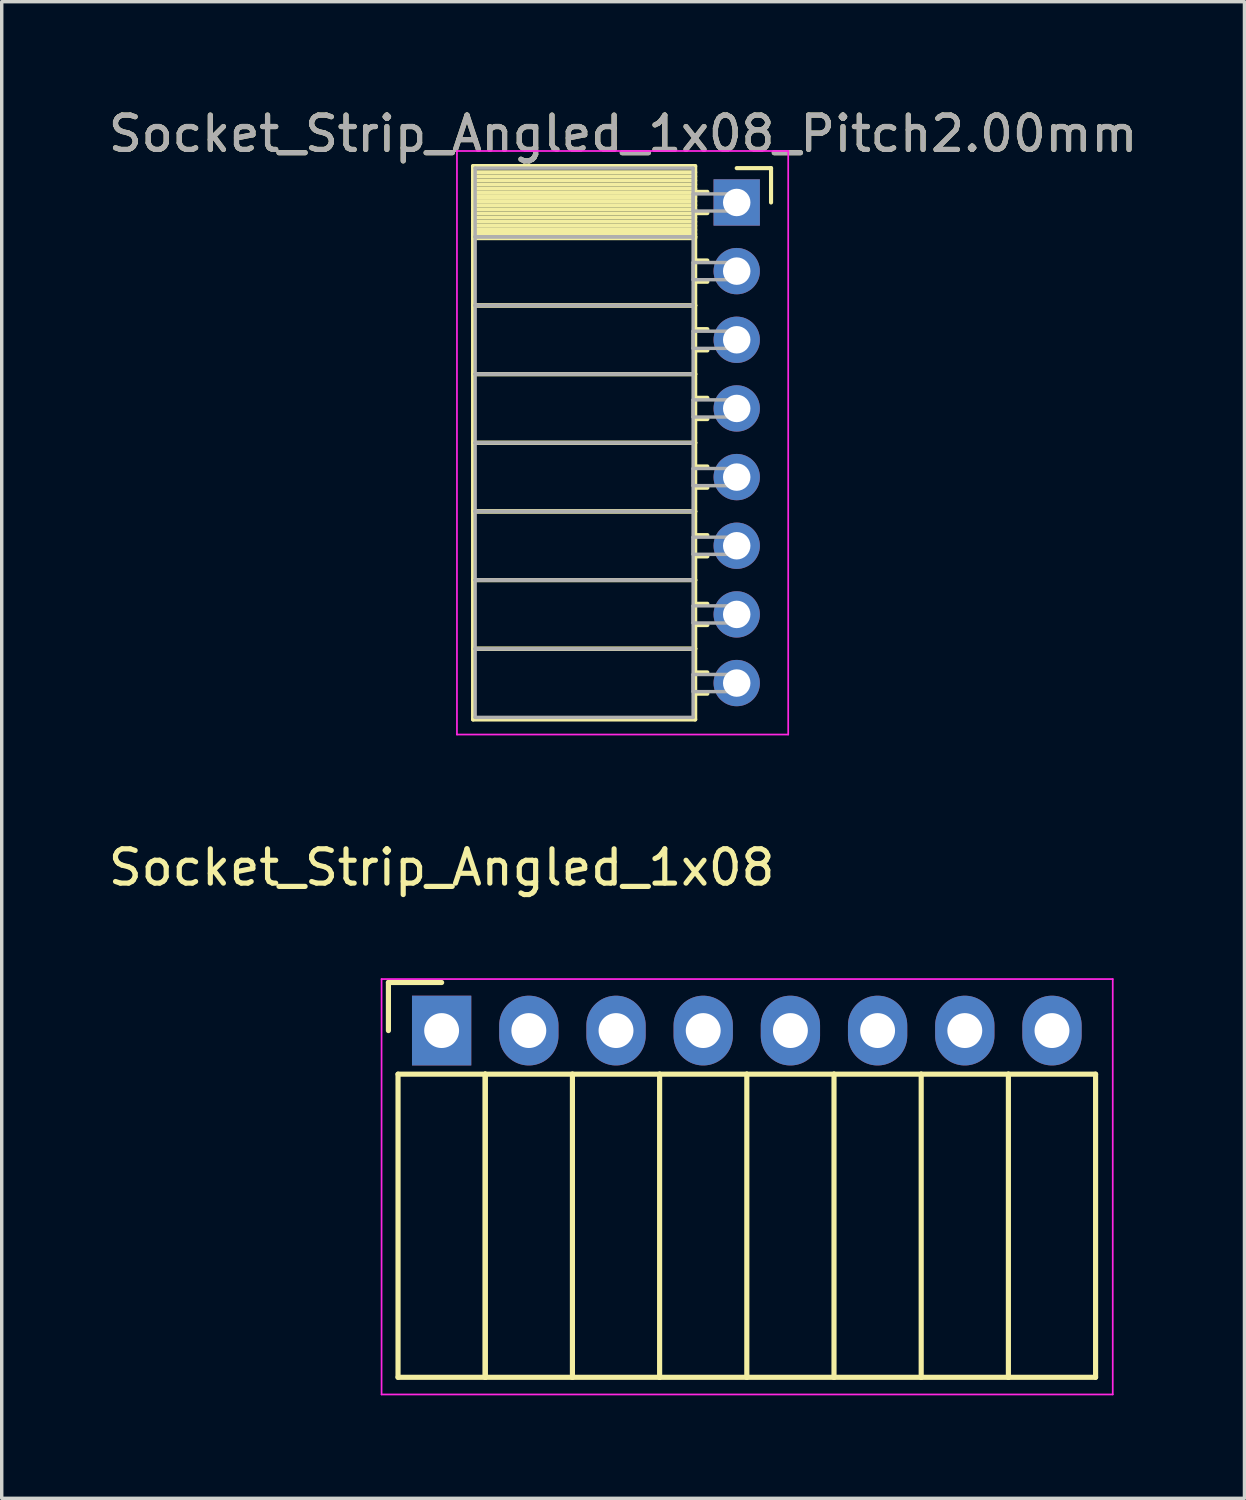
<source format=kicad_pcb>
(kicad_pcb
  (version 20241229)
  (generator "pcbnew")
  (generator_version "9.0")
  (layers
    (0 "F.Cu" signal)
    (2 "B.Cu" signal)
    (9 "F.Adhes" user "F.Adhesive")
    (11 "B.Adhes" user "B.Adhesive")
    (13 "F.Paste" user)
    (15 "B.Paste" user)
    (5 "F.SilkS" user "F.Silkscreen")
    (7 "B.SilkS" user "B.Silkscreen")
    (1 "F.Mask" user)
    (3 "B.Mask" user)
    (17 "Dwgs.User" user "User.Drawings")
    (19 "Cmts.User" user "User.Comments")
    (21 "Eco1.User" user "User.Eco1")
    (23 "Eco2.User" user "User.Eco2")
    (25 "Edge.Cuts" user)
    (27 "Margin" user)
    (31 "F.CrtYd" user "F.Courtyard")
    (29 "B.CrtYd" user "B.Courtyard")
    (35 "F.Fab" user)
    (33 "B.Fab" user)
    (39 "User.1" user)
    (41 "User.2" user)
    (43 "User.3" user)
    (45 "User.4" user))
  (footprint "Socket_Strip_Angled_1x08"
    (layer "F.Cu")
    (at 9.815 26.971)
    (property "Reference" "Socket_Strip_Angled_1x08" (at 0 -4.75 0) (layer "F.SilkS") (effects (font (size 1 1) (thickness 0.15))))
    (attr through_hole)
    (fp_line (start -1.55 -1.4) (end -1.55 0) (stroke (width 0.15) (type solid)) (layer "F.SilkS"))
    (fp_line (start -1.27 1.27) (end -1.27 10.1) (stroke (width 0.15) (type solid)) (layer "F.SilkS"))
    (fp_line (start -1.27 1.27) (end 1.27 1.27) (stroke (width 0.15) (type solid)) (layer "F.SilkS"))
    (fp_line (start -1.27 10.1) (end 1.27 10.1) (stroke (width 0.15) (type solid)) (layer "F.SilkS"))
    (fp_line (start 0 -1.4) (end -1.55 -1.4) (stroke (width 0.15) (type solid)) (layer "F.SilkS"))
    (fp_line (start 1.27 1.27) (end 1.27 10.1) (stroke (width 0.15) (type solid)) (layer "F.SilkS"))
    (fp_line (start 1.27 1.27) (end 3.81 1.27) (stroke (width 0.15) (type solid)) (layer "F.SilkS"))
    (fp_line (start 1.27 10.1) (end 1.27 1.27) (stroke (width 0.15) (type solid)) (layer "F.SilkS"))
    (fp_line (start 1.27 10.1) (end 3.81 10.1) (stroke (width 0.15) (type solid)) (layer "F.SilkS"))
    (fp_line (start 3.81 1.27) (end 6.35 1.27) (stroke (width 0.15) (type solid)) (layer "F.SilkS"))
    (fp_line (start 3.81 10.1) (end 3.81 1.27) (stroke (width 0.15) (type solid)) (layer "F.SilkS"))
    (fp_line (start 3.81 10.1) (end 6.35 10.1) (stroke (width 0.15) (type solid)) (layer "F.SilkS"))
    (fp_line (start 6.35 1.27) (end 8.89 1.27) (stroke (width 0.15) (type solid)) (layer "F.SilkS"))
    (fp_line (start 6.35 10.1) (end 6.35 1.27) (stroke (width 0.15) (type solid)) (layer "F.SilkS"))
    (fp_line (start 6.35 10.1) (end 8.89 10.1) (stroke (width 0.15) (type solid)) (layer "F.SilkS"))
    (fp_line (start 8.89 1.27) (end 11.43 1.27) (stroke (width 0.15) (type solid)) (layer "F.SilkS"))
    (fp_line (start 8.89 10.1) (end 8.89 1.27) (stroke (width 0.15) (type solid)) (layer "F.SilkS"))
    (fp_line (start 8.89 10.1) (end 11.43 10.1) (stroke (width 0.15) (type solid)) (layer "F.SilkS"))
    (fp_line (start 11.43 1.27) (end 13.97 1.27) (stroke (width 0.15) (type solid)) (layer "F.SilkS"))
    (fp_line (start 11.43 10.1) (end 11.43 1.27) (stroke (width 0.15) (type solid)) (layer "F.SilkS"))
    (fp_line (start 11.43 10.1) (end 13.97 10.1) (stroke (width 0.15) (type solid)) (layer "F.SilkS"))
    (fp_line (start 13.97 1.27) (end 16.51 1.27) (stroke (width 0.15) (type solid)) (layer "F.SilkS"))
    (fp_line (start 13.97 10.1) (end 13.97 1.27) (stroke (width 0.15) (type solid)) (layer "F.SilkS"))
    (fp_line (start 13.97 10.1) (end 16.51 10.1) (stroke (width 0.15) (type solid)) (layer "F.SilkS"))
    (fp_line (start 16.51 1.27) (end 19.05 1.27) (stroke (width 0.15) (type solid)) (layer "F.SilkS"))
    (fp_line (start 16.51 10.1) (end 16.51 1.27) (stroke (width 0.15) (type solid)) (layer "F.SilkS"))
    (fp_line (start 16.51 10.1) (end 19.05 10.1) (stroke (width 0.15) (type solid)) (layer "F.SilkS"))
    (fp_line (start 19.05 10.1) (end 19.05 1.27) (stroke (width 0.15) (type solid)) (layer "F.SilkS"))
    (fp_line (start -1.75 -1.5) (end -1.75 10.6) (stroke (width 0.05) (type solid)) (layer "F.CrtYd"))
    (fp_line (start -1.75 -1.5) (end 19.55 -1.5) (stroke (width 0.05) (type solid)) (layer "F.CrtYd"))
    (fp_line (start -1.75 10.6) (end 19.55 10.6) (stroke (width 0.05) (type solid)) (layer "F.CrtYd"))
    (fp_line (start 19.55 -1.5) (end 19.55 10.6) (stroke (width 0.05) (type solid)) (layer "F.CrtYd"))
    (pad "1" thru_hole rect (at 0 0) (size 1.727 2.032) (drill 1.016) (layers "*.Cu" "*.Mask"))
    (pad "2" thru_hole oval (at 2.54 0) (size 1.727 2.032) (drill 1.016) (layers "*.Cu" "*.Mask"))
    (pad "3" thru_hole oval (at 5.08 0) (size 1.727 2.032) (drill 1.016) (layers "*.Cu" "*.Mask"))
    (pad "4" thru_hole oval (at 7.62 0) (size 1.727 2.032) (drill 1.016) (layers "*.Cu" "*.Mask"))
    (pad "5" thru_hole oval (at 10.16 0) (size 1.727 2.032) (drill 1.016) (layers "*.Cu" "*.Mask"))
    (pad "6" thru_hole oval (at 12.7 0) (size 1.727 2.032) (drill 1.016) (layers "*.Cu" "*.Mask"))
    (pad "7" thru_hole oval (at 15.24 0) (size 1.727 2.032) (drill 1.016) (layers "*.Cu" "*.Mask"))
    (pad "8" thru_hole oval (at 17.78 0) (size 1.727 2.032) (drill 1.016) (layers "*.Cu" "*.Mask")))
  (footprint "Socket_Strip_Angled_1x08_Pitch2.00mm"
    (layer "F.Cu")
    (at 18.411 2.848)
    (property "Reference" "Socket_Strip_Angled_1x08_Pitch2.00mm" (at -3.31 -2 0) (layer "F.SilkS") (effects (font (size 1 1) (thickness 0.15))))
    (attr through_hole)
    (fp_line (start -7.68 -1.06) (end -1.21 -1.06) (stroke (width 0.12) (type solid)) (layer "F.SilkS"))
    (fp_line (start -7.68 1) (end -7.68 -1.06) (stroke (width 0.12) (type solid)) (layer "F.SilkS"))
    (fp_line (start -7.68 1) (end -1.21 1) (stroke (width 0.12) (type solid)) (layer "F.SilkS"))
    (fp_line (start -7.68 3) (end -7.68 1) (stroke (width 0.12) (type solid)) (layer "F.SilkS"))
    (fp_line (start -7.68 3) (end -1.21 3) (stroke (width 0.12) (type solid)) (layer "F.SilkS"))
    (fp_line (start -7.68 5) (end -7.68 3) (stroke (width 0.12) (type solid)) (layer "F.SilkS"))
    (fp_line (start -7.68 5) (end -1.21 5) (stroke (width 0.12) (type solid)) (layer "F.SilkS"))
    (fp_line (start -7.68 7) (end -7.68 5) (stroke (width 0.12) (type solid)) (layer "F.SilkS"))
    (fp_line (start -7.68 7) (end -1.21 7) (stroke (width 0.12) (type solid)) (layer "F.SilkS"))
    (fp_line (start -7.68 9) (end -7.68 7) (stroke (width 0.12) (type solid)) (layer "F.SilkS"))
    (fp_line (start -7.68 9) (end -1.21 9) (stroke (width 0.12) (type solid)) (layer "F.SilkS"))
    (fp_line (start -7.68 11) (end -7.68 9) (stroke (width 0.12) (type solid)) (layer "F.SilkS"))
    (fp_line (start -7.68 11) (end -1.21 11) (stroke (width 0.12) (type solid)) (layer "F.SilkS"))
    (fp_line (start -7.68 13) (end -7.68 11) (stroke (width 0.12) (type solid)) (layer "F.SilkS"))
    (fp_line (start -7.68 13) (end -1.21 13) (stroke (width 0.12) (type solid)) (layer "F.SilkS"))
    (fp_line (start -7.68 15.06) (end -7.68 13) (stroke (width 0.12) (type solid)) (layer "F.SilkS"))
    (fp_line (start -1.21 -1.06) (end -1.21 1) (stroke (width 0.12) (type solid)) (layer "F.SilkS"))
    (fp_line (start -1.21 -0.88) (end -7.68 -0.88) (stroke (width 0.12) (type solid)) (layer "F.SilkS"))
    (fp_line (start -1.21 -0.76) (end -7.68 -0.76) (stroke (width 0.12) (type solid)) (layer "F.SilkS"))
    (fp_line (start -1.21 -0.64) (end -7.68 -0.64) (stroke (width 0.12) (type solid)) (layer "F.SilkS"))
    (fp_line (start -1.21 -0.52) (end -7.68 -0.52) (stroke (width 0.12) (type solid)) (layer "F.SilkS"))
    (fp_line (start -1.21 -0.4) (end -7.68 -0.4) (stroke (width 0.12) (type solid)) (layer "F.SilkS"))
    (fp_line (start -1.21 -0.28) (end -7.68 -0.28) (stroke (width 0.12) (type solid)) (layer "F.SilkS"))
    (fp_line (start -1.21 -0.16) (end -7.68 -0.16) (stroke (width 0.12) (type solid)) (layer "F.SilkS"))
    (fp_line (start -1.21 -0.04) (end -7.68 -0.04) (stroke (width 0.12) (type solid)) (layer "F.SilkS"))
    (fp_line (start -1.21 0.08) (end -7.68 0.08) (stroke (width 0.12) (type solid)) (layer "F.SilkS"))
    (fp_line (start -1.21 0.2) (end -7.68 0.2) (stroke (width 0.12) (type solid)) (layer "F.SilkS"))
    (fp_line (start -1.21 0.32) (end -7.68 0.32) (stroke (width 0.12) (type solid)) (layer "F.SilkS"))
    (fp_line (start -1.21 0.44) (end -7.68 0.44) (stroke (width 0.12) (type solid)) (layer "F.SilkS"))
    (fp_line (start -1.21 0.56) (end -7.68 0.56) (stroke (width 0.12) (type solid)) (layer "F.SilkS"))
    (fp_line (start -1.21 0.68) (end -7.68 0.68) (stroke (width 0.12) (type solid)) (layer "F.SilkS"))
    (fp_line (start -1.21 0.8) (end -7.68 0.8) (stroke (width 0.12) (type solid)) (layer "F.SilkS"))
    (fp_line (start -1.21 0.92) (end -7.68 0.92) (stroke (width 0.12) (type solid)) (layer "F.SilkS"))
    (fp_line (start -1.21 1) (end -7.68 1) (stroke (width 0.12) (type solid)) (layer "F.SilkS"))
    (fp_line (start -1.21 1) (end -1.21 3) (stroke (width 0.12) (type solid)) (layer "F.SilkS"))
    (fp_line (start -1.21 1.04) (end -7.68 1.04) (stroke (width 0.12) (type solid)) (layer "F.SilkS"))
    (fp_line (start -1.21 3) (end -7.68 3) (stroke (width 0.12) (type solid)) (layer "F.SilkS"))
    (fp_line (start -1.21 3) (end -1.21 5) (stroke (width 0.12) (type solid)) (layer "F.SilkS"))
    (fp_line (start -1.21 5) (end -7.68 5) (stroke (width 0.12) (type solid)) (layer "F.SilkS"))
    (fp_line (start -1.21 5) (end -1.21 7) (stroke (width 0.12) (type solid)) (layer "F.SilkS"))
    (fp_line (start -1.21 7) (end -7.68 7) (stroke (width 0.12) (type solid)) (layer "F.SilkS"))
    (fp_line (start -1.21 7) (end -1.21 9) (stroke (width 0.12) (type solid)) (layer "F.SilkS"))
    (fp_line (start -1.21 9) (end -7.68 9) (stroke (width 0.12) (type solid)) (layer "F.SilkS"))
    (fp_line (start -1.21 9) (end -1.21 11) (stroke (width 0.12) (type solid)) (layer "F.SilkS"))
    (fp_line (start -1.21 11) (end -7.68 11) (stroke (width 0.12) (type solid)) (layer "F.SilkS"))
    (fp_line (start -1.21 11) (end -1.21 13) (stroke (width 0.12) (type solid)) (layer "F.SilkS"))
    (fp_line (start -1.21 13) (end -7.68 13) (stroke (width 0.12) (type solid)) (layer "F.SilkS"))
    (fp_line (start -1.21 13) (end -1.21 15.06) (stroke (width 0.12) (type solid)) (layer "F.SilkS"))
    (fp_line (start -1.21 15.06) (end -7.68 15.06) (stroke (width 0.12) (type solid)) (layer "F.SilkS"))
    (fp_line (start -0.855 -0.31) (end -1.21 -0.31) (stroke (width 0.12) (type solid)) (layer "F.SilkS"))
    (fp_line (start -0.855 0.31) (end -1.21 0.31) (stroke (width 0.12) (type solid)) (layer "F.SilkS"))
    (fp_line (start -0.855 1.69) (end -1.21 1.69) (stroke (width 0.12) (type solid)) (layer "F.SilkS"))
    (fp_line (start -0.855 2.31) (end -1.21 2.31) (stroke (width 0.12) (type solid)) (layer "F.SilkS"))
    (fp_line (start -0.855 3.69) (end -1.21 3.69) (stroke (width 0.12) (type solid)) (layer "F.SilkS"))
    (fp_line (start -0.855 4.31) (end -1.21 4.31) (stroke (width 0.12) (type solid)) (layer "F.SilkS"))
    (fp_line (start -0.855 5.69) (end -1.21 5.69) (stroke (width 0.12) (type solid)) (layer "F.SilkS"))
    (fp_line (start -0.855 6.31) (end -1.21 6.31) (stroke (width 0.12) (type solid)) (layer "F.SilkS"))
    (fp_line (start -0.855 7.69) (end -1.21 7.69) (stroke (width 0.12) (type solid)) (layer "F.SilkS"))
    (fp_line (start -0.855 8.31) (end -1.21 8.31) (stroke (width 0.12) (type solid)) (layer "F.SilkS"))
    (fp_line (start -0.855 9.69) (end -1.21 9.69) (stroke (width 0.12) (type solid)) (layer "F.SilkS"))
    (fp_line (start -0.855 10.31) (end -1.21 10.31) (stroke (width 0.12) (type solid)) (layer "F.SilkS"))
    (fp_line (start -0.855 11.69) (end -1.21 11.69) (stroke (width 0.12) (type solid)) (layer "F.SilkS"))
    (fp_line (start -0.855 12.31) (end -1.21 12.31) (stroke (width 0.12) (type solid)) (layer "F.SilkS"))
    (fp_line (start -0.855 13.69) (end -1.21 13.69) (stroke (width 0.12) (type solid)) (layer "F.SilkS"))
    (fp_line (start -0.855 14.31) (end -1.21 14.31) (stroke (width 0.12) (type solid)) (layer "F.SilkS"))
    (fp_line (start 0 -1) (end 1 -1) (stroke (width 0.12) (type solid)) (layer "F.SilkS"))
    (fp_line (start 1 -1) (end 1 0) (stroke (width 0.12) (type solid)) (layer "F.SilkS"))
    (fp_line (start -8.15 -1.5) (end 1.5 -1.5) (stroke (width 0.05) (type solid)) (layer "F.CrtYd"))
    (fp_line (start -8.15 15.5) (end -8.15 -1.5) (stroke (width 0.05) (type solid)) (layer "F.CrtYd"))
    (fp_line (start 1.5 -1.5) (end 1.5 15.5) (stroke (width 0.05) (type solid)) (layer "F.CrtYd"))
    (fp_line (start 1.5 15.5) (end -8.15 15.5) (stroke (width 0.05) (type solid)) (layer "F.CrtYd"))
    (fp_line (start -7.62 -1) (end -1.27 -1) (stroke (width 0.1) (type solid)) (layer "F.Fab"))
    (fp_line (start -7.62 1) (end -7.62 -1) (stroke (width 0.1) (type solid)) (layer "F.Fab"))
    (fp_line (start -7.62 1) (end -1.27 1) (stroke (width 0.1) (type solid)) (layer "F.Fab"))
    (fp_line (start -7.62 3) (end -7.62 1) (stroke (width 0.1) (type solid)) (layer "F.Fab"))
    (fp_line (start -7.62 3) (end -1.27 3) (stroke (width 0.1) (type solid)) (layer "F.Fab"))
    (fp_line (start -7.62 5) (end -7.62 3) (stroke (width 0.1) (type solid)) (layer "F.Fab"))
    (fp_line (start -7.62 5) (end -1.27 5) (stroke (width 0.1) (type solid)) (layer "F.Fab"))
    (fp_line (start -7.62 7) (end -7.62 5) (stroke (width 0.1) (type solid)) (layer "F.Fab"))
    (fp_line (start -7.62 7) (end -1.27 7) (stroke (width 0.1) (type solid)) (layer "F.Fab"))
    (fp_line (start -7.62 9) (end -7.62 7) (stroke (width 0.1) (type solid)) (layer "F.Fab"))
    (fp_line (start -7.62 9) (end -1.27 9) (stroke (width 0.1) (type solid)) (layer "F.Fab"))
    (fp_line (start -7.62 11) (end -7.62 9) (stroke (width 0.1) (type solid)) (layer "F.Fab"))
    (fp_line (start -7.62 11) (end -1.27 11) (stroke (width 0.1) (type solid)) (layer "F.Fab"))
    (fp_line (start -7.62 13) (end -7.62 11) (stroke (width 0.1) (type solid)) (layer "F.Fab"))
    (fp_line (start -7.62 13) (end -1.27 13) (stroke (width 0.1) (type solid)) (layer "F.Fab"))
    (fp_line (start -7.62 15) (end -7.62 13) (stroke (width 0.1) (type solid)) (layer "F.Fab"))
    (fp_line (start -1.27 -1) (end -1.27 1) (stroke (width 0.1) (type solid)) (layer "F.Fab"))
    (fp_line (start -1.27 -0.25) (end 0 -0.25) (stroke (width 0.1) (type solid)) (layer "F.Fab"))
    (fp_line (start -1.27 0.25) (end -1.27 -0.25) (stroke (width 0.1) (type solid)) (layer "F.Fab"))
    (fp_line (start -1.27 1) (end -7.62 1) (stroke (width 0.1) (type solid)) (layer "F.Fab"))
    (fp_line (start -1.27 1) (end -1.27 3) (stroke (width 0.1) (type solid)) (layer "F.Fab"))
    (fp_line (start -1.27 1.75) (end 0 1.75) (stroke (width 0.1) (type solid)) (layer "F.Fab"))
    (fp_line (start -1.27 2.25) (end -1.27 1.75) (stroke (width 0.1) (type solid)) (layer "F.Fab"))
    (fp_line (start -1.27 3) (end -7.62 3) (stroke (width 0.1) (type solid)) (layer "F.Fab"))
    (fp_line (start -1.27 3) (end -1.27 5) (stroke (width 0.1) (type solid)) (layer "F.Fab"))
    (fp_line (start -1.27 3.75) (end 0 3.75) (stroke (width 0.1) (type solid)) (layer "F.Fab"))
    (fp_line (start -1.27 4.25) (end -1.27 3.75) (stroke (width 0.1) (type solid)) (layer "F.Fab"))
    (fp_line (start -1.27 5) (end -7.62 5) (stroke (width 0.1) (type solid)) (layer "F.Fab"))
    (fp_line (start -1.27 5) (end -1.27 7) (stroke (width 0.1) (type solid)) (layer "F.Fab"))
    (fp_line (start -1.27 5.75) (end 0 5.75) (stroke (width 0.1) (type solid)) (layer "F.Fab"))
    (fp_line (start -1.27 6.25) (end -1.27 5.75) (stroke (width 0.1) (type solid)) (layer "F.Fab"))
    (fp_line (start -1.27 7) (end -7.62 7) (stroke (width 0.1) (type solid)) (layer "F.Fab"))
    (fp_line (start -1.27 7) (end -1.27 9) (stroke (width 0.1) (type solid)) (layer "F.Fab"))
    (fp_line (start -1.27 7.75) (end 0 7.75) (stroke (width 0.1) (type solid)) (layer "F.Fab"))
    (fp_line (start -1.27 8.25) (end -1.27 7.75) (stroke (width 0.1) (type solid)) (layer "F.Fab"))
    (fp_line (start -1.27 9) (end -7.62 9) (stroke (width 0.1) (type solid)) (layer "F.Fab"))
    (fp_line (start -1.27 9) (end -1.27 11) (stroke (width 0.1) (type solid)) (layer "F.Fab"))
    (fp_line (start -1.27 9.75) (end 0 9.75) (stroke (width 0.1) (type solid)) (layer "F.Fab"))
    (fp_line (start -1.27 10.25) (end -1.27 9.75) (stroke (width 0.1) (type solid)) (layer "F.Fab"))
    (fp_line (start -1.27 11) (end -7.62 11) (stroke (width 0.1) (type solid)) (layer "F.Fab"))
    (fp_line (start -1.27 11) (end -1.27 13) (stroke (width 0.1) (type solid)) (layer "F.Fab"))
    (fp_line (start -1.27 11.75) (end 0 11.75) (stroke (width 0.1) (type solid)) (layer "F.Fab"))
    (fp_line (start -1.27 12.25) (end -1.27 11.75) (stroke (width 0.1) (type solid)) (layer "F.Fab"))
    (fp_line (start -1.27 13) (end -7.62 13) (stroke (width 0.1) (type solid)) (layer "F.Fab"))
    (fp_line (start -1.27 13) (end -1.27 15) (stroke (width 0.1) (type solid)) (layer "F.Fab"))
    (fp_line (start -1.27 13.75) (end 0 13.75) (stroke (width 0.1) (type solid)) (layer "F.Fab"))
    (fp_line (start -1.27 14.25) (end -1.27 13.75) (stroke (width 0.1) (type solid)) (layer "F.Fab"))
    (fp_line (start -1.27 15) (end -7.62 15) (stroke (width 0.1) (type solid)) (layer "F.Fab"))
    (fp_line (start 0 -0.25) (end 0 0.25) (stroke (width 0.1) (type solid)) (layer "F.Fab"))
    (fp_line (start 0 0.25) (end -1.27 0.25) (stroke (width 0.1) (type solid)) (layer "F.Fab"))
    (fp_line (start 0 1.75) (end 0 2.25) (stroke (width 0.1) (type solid)) (layer "F.Fab"))
    (fp_line (start 0 2.25) (end -1.27 2.25) (stroke (width 0.1) (type solid)) (layer "F.Fab"))
    (fp_line (start 0 3.75) (end 0 4.25) (stroke (width 0.1) (type solid)) (layer "F.Fab"))
    (fp_line (start 0 4.25) (end -1.27 4.25) (stroke (width 0.1) (type solid)) (layer "F.Fab"))
    (fp_line (start 0 5.75) (end 0 6.25) (stroke (width 0.1) (type solid)) (layer "F.Fab"))
    (fp_line (start 0 6.25) (end -1.27 6.25) (stroke (width 0.1) (type solid)) (layer "F.Fab"))
    (fp_line (start 0 7.75) (end 0 8.25) (stroke (width 0.1) (type solid)) (layer "F.Fab"))
    (fp_line (start 0 8.25) (end -1.27 8.25) (stroke (width 0.1) (type solid)) (layer "F.Fab"))
    (fp_line (start 0 9.75) (end 0 10.25) (stroke (width 0.1) (type solid)) (layer "F.Fab"))
    (fp_line (start 0 10.25) (end -1.27 10.25) (stroke (width 0.1) (type solid)) (layer "F.Fab"))
    (fp_line (start 0 11.75) (end 0 12.25) (stroke (width 0.1) (type solid)) (layer "F.Fab"))
    (fp_line (start 0 12.25) (end -1.27 12.25) (stroke (width 0.1) (type solid)) (layer "F.Fab"))
    (fp_line (start 0 13.75) (end 0 14.25) (stroke (width 0.1) (type solid)) (layer "F.Fab"))
    (fp_line (start 0 14.25) (end -1.27 14.25) (stroke (width 0.1) (type solid)) (layer "F.Fab"))
    (fp_text user "${REFERENCE}" (at -3.31 -2 0) (layer "F.Fab") (effects (font (size 1 1) (thickness 0.15))))
    (pad "1" thru_hole rect (at 0 0) (size 1.35 1.35) (drill 0.8) (layers "*.Cu" "*.Mask"))
    (pad "2" thru_hole oval (at 0 2) (size 1.35 1.35) (drill 0.8) (layers "*.Cu" "*.Mask"))
    (pad "3" thru_hole oval (at 0 4) (size 1.35 1.35) (drill 0.8) (layers "*.Cu" "*.Mask"))
    (pad "4" thru_hole oval (at 0 6) (size 1.35 1.35) (drill 0.8) (layers "*.Cu" "*.Mask"))
    (pad "5" thru_hole oval (at 0 8) (size 1.35 1.35) (drill 0.8) (layers "*.Cu" "*.Mask"))
    (pad "6" thru_hole oval (at 0 10) (size 1.35 1.35) (drill 0.8) (layers "*.Cu" "*.Mask"))
    (pad "7" thru_hole oval (at 0 12) (size 1.35 1.35) (drill 0.8) (layers "*.Cu" "*.Mask"))
    (pad "8" thru_hole oval (at 0 14) (size 1.35 1.35) (drill 0.8) (layers "*.Cu" "*.Mask")))
  (gr_rect
    (start -3 -3)
    (end 33.202 40.596)
    (stroke (width 0.1) (type default))
    (fill no)
    (layer "Edge.Cuts")))
</source>
